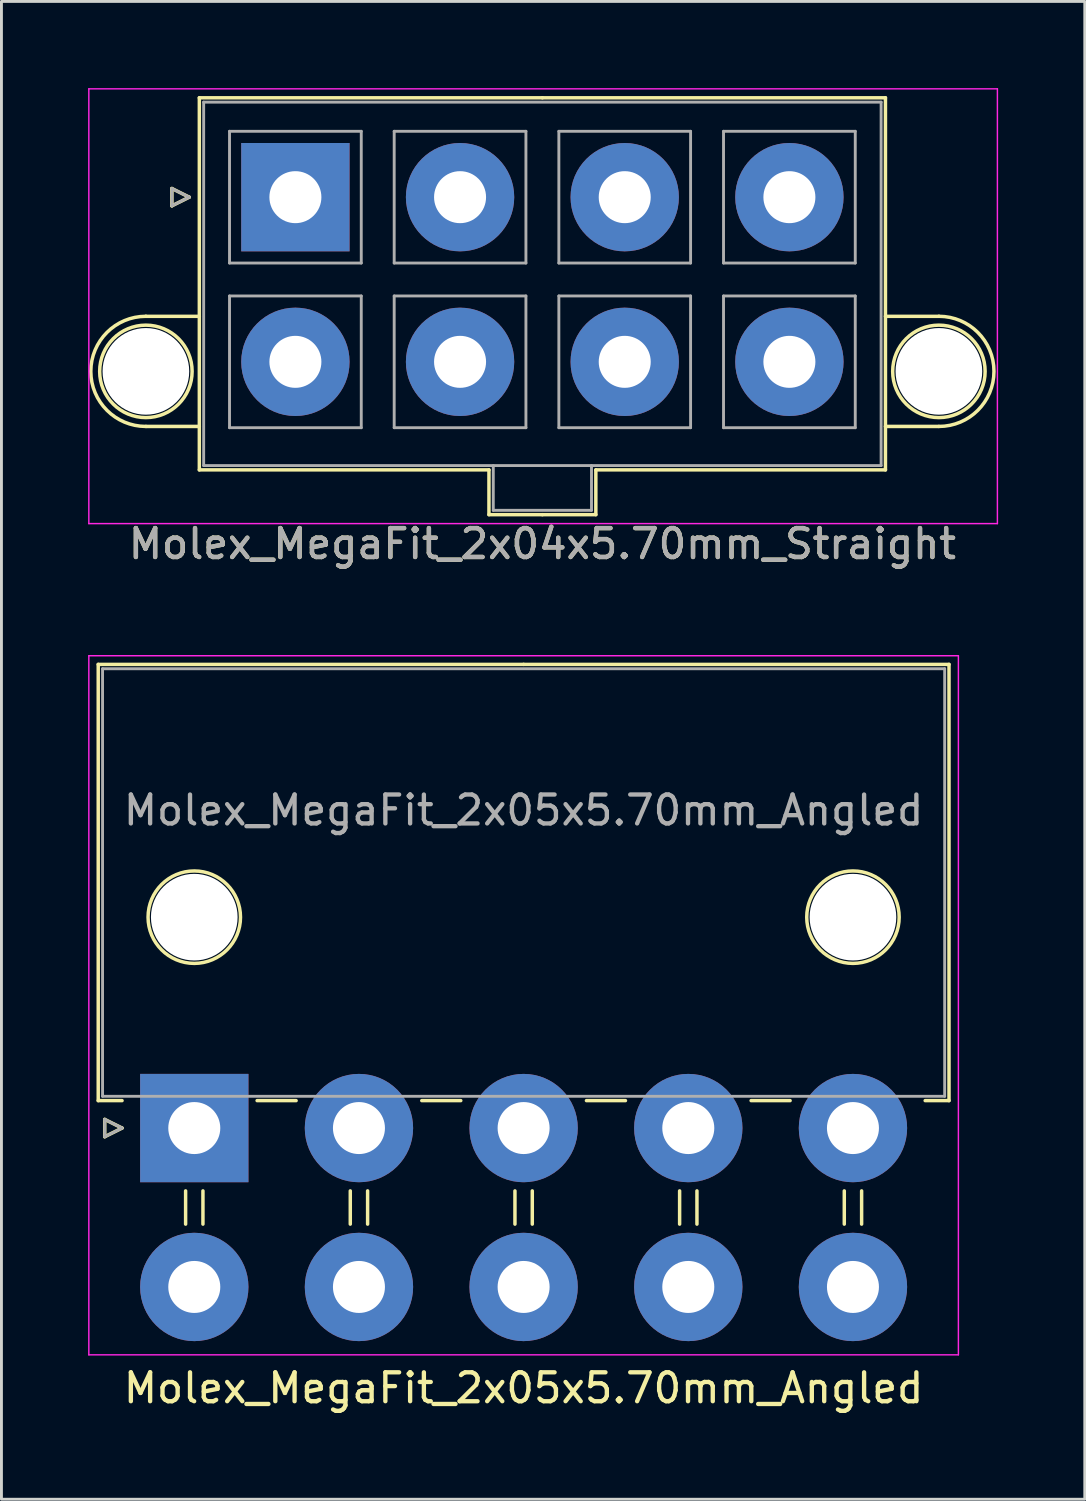
<source format=kicad_pcb>
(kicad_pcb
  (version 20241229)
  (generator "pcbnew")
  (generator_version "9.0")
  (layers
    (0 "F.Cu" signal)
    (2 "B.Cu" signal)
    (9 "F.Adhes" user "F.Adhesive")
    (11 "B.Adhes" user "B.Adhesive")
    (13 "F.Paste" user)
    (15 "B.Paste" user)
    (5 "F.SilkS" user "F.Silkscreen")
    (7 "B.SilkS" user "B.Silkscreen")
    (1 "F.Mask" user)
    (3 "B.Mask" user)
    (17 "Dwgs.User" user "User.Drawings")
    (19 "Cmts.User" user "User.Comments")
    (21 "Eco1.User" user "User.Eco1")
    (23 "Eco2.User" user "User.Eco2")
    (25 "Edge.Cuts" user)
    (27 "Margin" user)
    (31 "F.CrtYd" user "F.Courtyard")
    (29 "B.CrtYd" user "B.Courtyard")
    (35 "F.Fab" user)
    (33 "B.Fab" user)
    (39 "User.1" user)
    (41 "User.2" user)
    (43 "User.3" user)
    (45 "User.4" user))
  (footprint "Molex_MegaFit_2x05x5.70mm_Angled"
    (layer "F.Cu")
    (at 3.675 35.998)
    (property "Reference" "Molex_MegaFit_2x05x5.70mm_Angled" (at 11.4 9 0) (layer "F.SilkS") (effects (font (size 1 1) (thickness 0.15))))
    (attr through_hole)
    (fp_line (start -3.325 -16.05) (end -3.325 -0.95) (stroke (width 0.12) (type solid)) (layer "F.SilkS"))
    (fp_line (start -3.325 -0.95) (end -2.5 -0.95) (stroke (width 0.12) (type solid)) (layer "F.SilkS"))
    (fp_line (start -3.1 -0.3) (end -2.5 0) (stroke (width 0.12) (type solid)) (layer "F.SilkS"))
    (fp_line (start -3.1 0.3) (end -3.1 -0.3) (stroke (width 0.12) (type solid)) (layer "F.SilkS"))
    (fp_line (start -2.5 0) (end -3.1 0.3) (stroke (width 0.12) (type solid)) (layer "F.SilkS"))
    (fp_line (start -0.3 2.175) (end -0.3 3.325) (stroke (width 0.12) (type solid)) (layer "F.SilkS"))
    (fp_line (start 0.3 2.175) (end 0.3 3.325) (stroke (width 0.12) (type solid)) (layer "F.SilkS"))
    (fp_line (start 2.175 -0.95) (end 3.525 -0.95) (stroke (width 0.12) (type solid)) (layer "F.SilkS"))
    (fp_line (start 5.4 2.175) (end 5.4 3.325) (stroke (width 0.12) (type solid)) (layer "F.SilkS"))
    (fp_line (start 6 2.175) (end 6 3.325) (stroke (width 0.12) (type solid)) (layer "F.SilkS"))
    (fp_line (start 7.875 -0.95) (end 9.225 -0.95) (stroke (width 0.12) (type solid)) (layer "F.SilkS"))
    (fp_line (start 11.1 2.175) (end 11.1 3.325) (stroke (width 0.12) (type solid)) (layer "F.SilkS"))
    (fp_line (start 11.4 -16.05) (end -3.325 -16.05) (stroke (width 0.12) (type solid)) (layer "F.SilkS"))
    (fp_line (start 11.4 -16.05) (end 26.125 -16.05) (stroke (width 0.12) (type solid)) (layer "F.SilkS"))
    (fp_line (start 11.7 2.175) (end 11.7 3.325) (stroke (width 0.12) (type solid)) (layer "F.SilkS"))
    (fp_line (start 13.575 -0.95) (end 14.925 -0.95) (stroke (width 0.12) (type solid)) (layer "F.SilkS"))
    (fp_line (start 16.8 2.175) (end 16.8 3.325) (stroke (width 0.12) (type solid)) (layer "F.SilkS"))
    (fp_line (start 17.4 2.175) (end 17.4 3.325) (stroke (width 0.12) (type solid)) (layer "F.SilkS"))
    (fp_line (start 19.275 -0.95) (end 20.625 -0.95) (stroke (width 0.12) (type solid)) (layer "F.SilkS"))
    (fp_line (start 22.5 2.175) (end 22.5 3.325) (stroke (width 0.12) (type solid)) (layer "F.SilkS"))
    (fp_line (start 23.1 2.175) (end 23.1 3.325) (stroke (width 0.12) (type solid)) (layer "F.SilkS"))
    (fp_line (start 26.125 -16.05) (end 26.125 -0.95) (stroke (width 0.12) (type solid)) (layer "F.SilkS"))
    (fp_line (start 26.125 -0.95) (end 25.3 -0.95) (stroke (width 0.12) (type solid)) (layer "F.SilkS"))
    (fp_circle (center 0 -7.3) (end 1.6 -7.3) (stroke (width 0.12) (type solid)) (fill no) (layer "F.SilkS"))
    (fp_circle (center 22.8 -7.3) (end 24.4 -7.3) (stroke (width 0.12) (type solid)) (fill no) (layer "F.SilkS"))
    (fp_line (start -3.65 -16.35) (end -3.65 7.85) (stroke (width 0.05) (type solid)) (layer "F.CrtYd"))
    (fp_line (start -3.65 7.85) (end 26.45 7.85) (stroke (width 0.05) (type solid)) (layer "F.CrtYd"))
    (fp_line (start 26.45 -16.35) (end -3.65 -16.35) (stroke (width 0.05) (type solid)) (layer "F.CrtYd"))
    (fp_line (start 26.45 7.85) (end 26.45 -16.35) (stroke (width 0.05) (type solid)) (layer "F.CrtYd"))
    (fp_line (start -3.175 -15.9) (end -3.175 -1.1) (stroke (width 0.1) (type solid)) (layer "F.Fab"))
    (fp_line (start -3.175 -1.1) (end 25.975 -1.1) (stroke (width 0.1) (type solid)) (layer "F.Fab"))
    (fp_line (start -3.1 -0.3) (end -2.5 0) (stroke (width 0.1) (type solid)) (layer "F.Fab"))
    (fp_line (start -3.1 0.3) (end -3.1 -0.3) (stroke (width 0.1) (type solid)) (layer "F.Fab"))
    (fp_line (start -2.5 0) (end -3.1 0.3) (stroke (width 0.1) (type solid)) (layer "F.Fab"))
    (fp_line (start 25.975 -15.9) (end -3.175 -15.9) (stroke (width 0.1) (type solid)) (layer "F.Fab"))
    (fp_line (start 25.975 -1.1) (end 25.975 -15.9) (stroke (width 0.1) (type solid)) (layer "F.Fab"))
    (fp_text user "${REFERENCE}" (at 11.4 -11 0) (layer "F.Fab") (effects (font (size 1 1) (thickness 0.15))))
    (pad "" np_thru_hole circle (at 0 -7.3) (size 3 3) (drill 3) (layers "*.Cu" "*.Mask"))
    (pad "" np_thru_hole circle (at 22.8 -7.3) (size 3 3) (drill 3) (layers "*.Cu" "*.Mask"))
    (pad "1" thru_hole rect (at 0 0) (size 3.75 3.75) (drill 1.8) (layers "*.Cu" "*.Mask"))
    (pad "2" thru_hole circle (at 5.7 0) (size 3.75 3.75) (drill 1.8) (layers "*.Cu" "*.Mask"))
    (pad "3" thru_hole circle (at 11.4 0) (size 3.75 3.75) (drill 1.8) (layers "*.Cu" "*.Mask"))
    (pad "4" thru_hole circle (at 17.1 0) (size 3.75 3.75) (drill 1.8) (layers "*.Cu" "*.Mask"))
    (pad "5" thru_hole circle (at 22.8 0) (size 3.75 3.75) (drill 1.8) (layers "*.Cu" "*.Mask"))
    (pad "6" thru_hole circle (at 0 5.5) (size 3.75 3.75) (drill 1.8) (layers "*.Cu" "*.Mask"))
    (pad "7" thru_hole circle (at 5.7 5.5) (size 3.75 3.75) (drill 1.8) (layers "*.Cu" "*.Mask"))
    (pad "8" thru_hole circle (at 11.4 5.5) (size 3.75 3.75) (drill 1.8) (layers "*.Cu" "*.Mask"))
    (pad "9" thru_hole circle (at 17.1 5.5) (size 3.75 3.75) (drill 1.8) (layers "*.Cu" "*.Mask"))
    (pad "10" thru_hole circle (at 22.8 5.5) (size 3.75 3.75) (drill 1.8) (layers "*.Cu" "*.Mask")))
  (footprint "Molex_MegaFit_2x04x5.70mm_Straight"
    (layer "F.Cu")
    (at 7.175 3.775)
    (property "Reference" "Molex_MegaFit_2x04x5.70mm_Straight" (at 8.55 12 0) (layer "F.SilkS") (effects (font (size 1 1) (thickness 0.15))))
    (attr through_hole)
    (fp_line (start -5.175 4.124) (end -3.325 4.124) (stroke (width 0.12) (type solid)) (layer "F.SilkS"))
    (fp_line (start -5.175 7.936) (end -3.325 7.936) (stroke (width 0.12) (type solid)) (layer "F.SilkS"))
    (fp_line (start -4.275 -0.3) (end -3.675 0) (stroke (width 0.12) (type solid)) (layer "F.SilkS"))
    (fp_line (start -4.275 0.3) (end -4.275 -0.3) (stroke (width 0.12) (type solid)) (layer "F.SilkS"))
    (fp_line (start -3.675 0) (end -4.275 0.3) (stroke (width 0.12) (type solid)) (layer "F.SilkS"))
    (fp_line (start -3.325 -3.44) (end -3.325 9.44) (stroke (width 0.12) (type solid)) (layer "F.SilkS"))
    (fp_line (start -3.325 9.44) (end 6.7 9.44) (stroke (width 0.12) (type solid)) (layer "F.SilkS"))
    (fp_line (start 6.7 9.44) (end 6.7 10.99) (stroke (width 0.12) (type solid)) (layer "F.SilkS"))
    (fp_line (start 6.7 10.99) (end 8.55 10.99) (stroke (width 0.12) (type solid)) (layer "F.SilkS"))
    (fp_line (start 8.55 -3.44) (end -3.325 -3.44) (stroke (width 0.12) (type solid)) (layer "F.SilkS"))
    (fp_line (start 8.55 -3.44) (end 20.425 -3.44) (stroke (width 0.12) (type solid)) (layer "F.SilkS"))
    (fp_line (start 10.4 9.44) (end 10.4 10.99) (stroke (width 0.12) (type solid)) (layer "F.SilkS"))
    (fp_line (start 10.4 10.99) (end 8.55 10.99) (stroke (width 0.12) (type solid)) (layer "F.SilkS"))
    (fp_line (start 20.425 -3.44) (end 20.425 9.44) (stroke (width 0.12) (type solid)) (layer "F.SilkS"))
    (fp_line (start 20.425 9.44) (end 10.4 9.44) (stroke (width 0.12) (type solid)) (layer "F.SilkS"))
    (fp_line (start 22.275 4.124) (end 20.425 4.124) (stroke (width 0.12) (type solid)) (layer "F.SilkS"))
    (fp_line (start 22.275 7.936) (end 20.425 7.936) (stroke (width 0.12) (type solid)) (layer "F.SilkS"))
    (fp_arc (start -5.175 7.93625) (mid -7.08125 6.03) (end -5.175 4.12375) (stroke (width 0.12) (type solid)) (layer "F.SilkS"))
    (fp_arc (start 22.275 4.12375) (mid 24.18125 6.03) (end 22.275 7.93625) (stroke (width 0.12) (type solid)) (layer "F.SilkS"))
    (fp_circle (center -5.175 6.03) (end -3.575 6.03) (stroke (width 0.12) (type solid)) (fill no) (layer "F.SilkS"))
    (fp_circle (center 22.275 6.03) (end 23.875 6.03) (stroke (width 0.12) (type solid)) (fill no) (layer "F.SilkS"))
    (fp_line (start -7.15 -3.75) (end -7.15 11.3) (stroke (width 0.05) (type solid)) (layer "F.CrtYd"))
    (fp_line (start -7.15 11.3) (end 24.3 11.3) (stroke (width 0.05) (type solid)) (layer "F.CrtYd"))
    (fp_line (start 24.3 -3.75) (end -7.15 -3.75) (stroke (width 0.05) (type solid)) (layer "F.CrtYd"))
    (fp_line (start 24.3 11.3) (end 24.3 -3.75) (stroke (width 0.05) (type solid)) (layer "F.CrtYd"))
    (fp_line (start -4.275 -0.3) (end -3.675 0) (stroke (width 0.1) (type solid)) (layer "F.Fab"))
    (fp_line (start -4.275 0.3) (end -4.275 -0.3) (stroke (width 0.1) (type solid)) (layer "F.Fab"))
    (fp_line (start -3.675 0) (end -4.275 0.3) (stroke (width 0.1) (type solid)) (layer "F.Fab"))
    (fp_line (start -3.175 -3.29) (end -3.175 9.29) (stroke (width 0.1) (type solid)) (layer "F.Fab"))
    (fp_line (start -3.175 9.29) (end 20.275 9.29) (stroke (width 0.1) (type solid)) (layer "F.Fab"))
    (fp_line (start -2.28 -2.28) (end -2.28 2.28) (stroke (width 0.1) (type solid)) (layer "F.Fab"))
    (fp_line (start -2.28 2.28) (end 2.28 2.28) (stroke (width 0.1) (type solid)) (layer "F.Fab"))
    (fp_line (start -2.28 3.42) (end -2.28 7.98) (stroke (width 0.1) (type solid)) (layer "F.Fab"))
    (fp_line (start -2.28 7.98) (end 2.28 7.98) (stroke (width 0.1) (type solid)) (layer "F.Fab"))
    (fp_line (start 2.28 -2.28) (end -2.28 -2.28) (stroke (width 0.1) (type solid)) (layer "F.Fab"))
    (fp_line (start 2.28 2.28) (end 2.28 -2.28) (stroke (width 0.1) (type solid)) (layer "F.Fab"))
    (fp_line (start 2.28 3.42) (end -2.28 3.42) (stroke (width 0.1) (type solid)) (layer "F.Fab"))
    (fp_line (start 2.28 7.98) (end 2.28 3.42) (stroke (width 0.1) (type solid)) (layer "F.Fab"))
    (fp_line (start 3.42 -2.28) (end 3.42 2.28) (stroke (width 0.1) (type solid)) (layer "F.Fab"))
    (fp_line (start 3.42 2.28) (end 7.98 2.28) (stroke (width 0.1) (type solid)) (layer "F.Fab"))
    (fp_line (start 3.42 3.42) (end 3.42 7.98) (stroke (width 0.1) (type solid)) (layer "F.Fab"))
    (fp_line (start 3.42 7.98) (end 7.98 7.98) (stroke (width 0.1) (type solid)) (layer "F.Fab"))
    (fp_line (start 6.85 9.29) (end 6.85 10.84) (stroke (width 0.1) (type solid)) (layer "F.Fab"))
    (fp_line (start 6.85 10.84) (end 10.25 10.84) (stroke (width 0.1) (type solid)) (layer "F.Fab"))
    (fp_line (start 7.98 -2.28) (end 3.42 -2.28) (stroke (width 0.1) (type solid)) (layer "F.Fab"))
    (fp_line (start 7.98 2.28) (end 7.98 -2.28) (stroke (width 0.1) (type solid)) (layer "F.Fab"))
    (fp_line (start 7.98 3.42) (end 3.42 3.42) (stroke (width 0.1) (type solid)) (layer "F.Fab"))
    (fp_line (start 7.98 7.98) (end 7.98 3.42) (stroke (width 0.1) (type solid)) (layer "F.Fab"))
    (fp_line (start 9.12 -2.28) (end 9.12 2.28) (stroke (width 0.1) (type solid)) (layer "F.Fab"))
    (fp_line (start 9.12 2.28) (end 13.68 2.28) (stroke (width 0.1) (type solid)) (layer "F.Fab"))
    (fp_line (start 9.12 3.42) (end 9.12 7.98) (stroke (width 0.1) (type solid)) (layer "F.Fab"))
    (fp_line (start 9.12 7.98) (end 13.68 7.98) (stroke (width 0.1) (type solid)) (layer "F.Fab"))
    (fp_line (start 10.25 10.84) (end 10.25 9.29) (stroke (width 0.1) (type solid)) (layer "F.Fab"))
    (fp_line (start 13.68 -2.28) (end 9.12 -2.28) (stroke (width 0.1) (type solid)) (layer "F.Fab"))
    (fp_line (start 13.68 2.28) (end 13.68 -2.28) (stroke (width 0.1) (type solid)) (layer "F.Fab"))
    (fp_line (start 13.68 3.42) (end 9.12 3.42) (stroke (width 0.1) (type solid)) (layer "F.Fab"))
    (fp_line (start 13.68 7.98) (end 13.68 3.42) (stroke (width 0.1) (type solid)) (layer "F.Fab"))
    (fp_line (start 14.82 -2.28) (end 14.82 2.28) (stroke (width 0.1) (type solid)) (layer "F.Fab"))
    (fp_line (start 14.82 2.28) (end 19.38 2.28) (stroke (width 0.1) (type solid)) (layer "F.Fab"))
    (fp_line (start 14.82 3.42) (end 14.82 7.98) (stroke (width 0.1) (type solid)) (layer "F.Fab"))
    (fp_line (start 14.82 7.98) (end 19.38 7.98) (stroke (width 0.1) (type solid)) (layer "F.Fab"))
    (fp_line (start 19.38 -2.28) (end 14.82 -2.28) (stroke (width 0.1) (type solid)) (layer "F.Fab"))
    (fp_line (start 19.38 2.28) (end 19.38 -2.28) (stroke (width 0.1) (type solid)) (layer "F.Fab"))
    (fp_line (start 19.38 3.42) (end 14.82 3.42) (stroke (width 0.1) (type solid)) (layer "F.Fab"))
    (fp_line (start 19.38 7.98) (end 19.38 3.42) (stroke (width 0.1) (type solid)) (layer "F.Fab"))
    (fp_line (start 20.275 -3.29) (end -3.175 -3.29) (stroke (width 0.1) (type solid)) (layer "F.Fab"))
    (fp_line (start 20.275 9.29) (end 20.275 -3.29) (stroke (width 0.1) (type solid)) (layer "F.Fab"))
    (fp_text user "${REFERENCE}" (at 8.55 12 0) (layer "F.Fab") (effects (font (size 1 1) (thickness 0.15))))
    (pad "" np_thru_hole circle (at -5.175 6.03) (size 3 3) (drill 3) (layers "*.Cu" "*.Mask"))
    (pad "" np_thru_hole circle (at 22.275 6.03) (size 3 3) (drill 3) (layers "*.Cu" "*.Mask"))
    (pad "1" thru_hole rect (at 0 0) (size 3.75 3.75) (drill 1.8) (layers "*.Cu" "*.Mask"))
    (pad "2" thru_hole circle (at 5.7 0) (size 3.75 3.75) (drill 1.8) (layers "*.Cu" "*.Mask"))
    (pad "3" thru_hole circle (at 11.4 0) (size 3.75 3.75) (drill 1.8) (layers "*.Cu" "*.Mask"))
    (pad "4" thru_hole circle (at 17.1 0) (size 3.75 3.75) (drill 1.8) (layers "*.Cu" "*.Mask"))
    (pad "5" thru_hole circle (at 0 5.7) (size 3.75 3.75) (drill 1.8) (layers "*.Cu" "*.Mask"))
    (pad "6" thru_hole circle (at 5.7 5.7) (size 3.75 3.75) (drill 1.8) (layers "*.Cu" "*.Mask"))
    (pad "7" thru_hole circle (at 11.4 5.7) (size 3.75 3.75) (drill 1.8) (layers "*.Cu" "*.Mask"))
    (pad "8" thru_hole circle (at 17.1 5.7) (size 3.75 3.75) (drill 1.8) (layers "*.Cu" "*.Mask")))
  (gr_rect
    (start -3 -3)
    (end 34.5 48.846)
    (stroke (width 0.1) (type default))
    (fill no)
    (layer "Edge.Cuts")))
</source>
